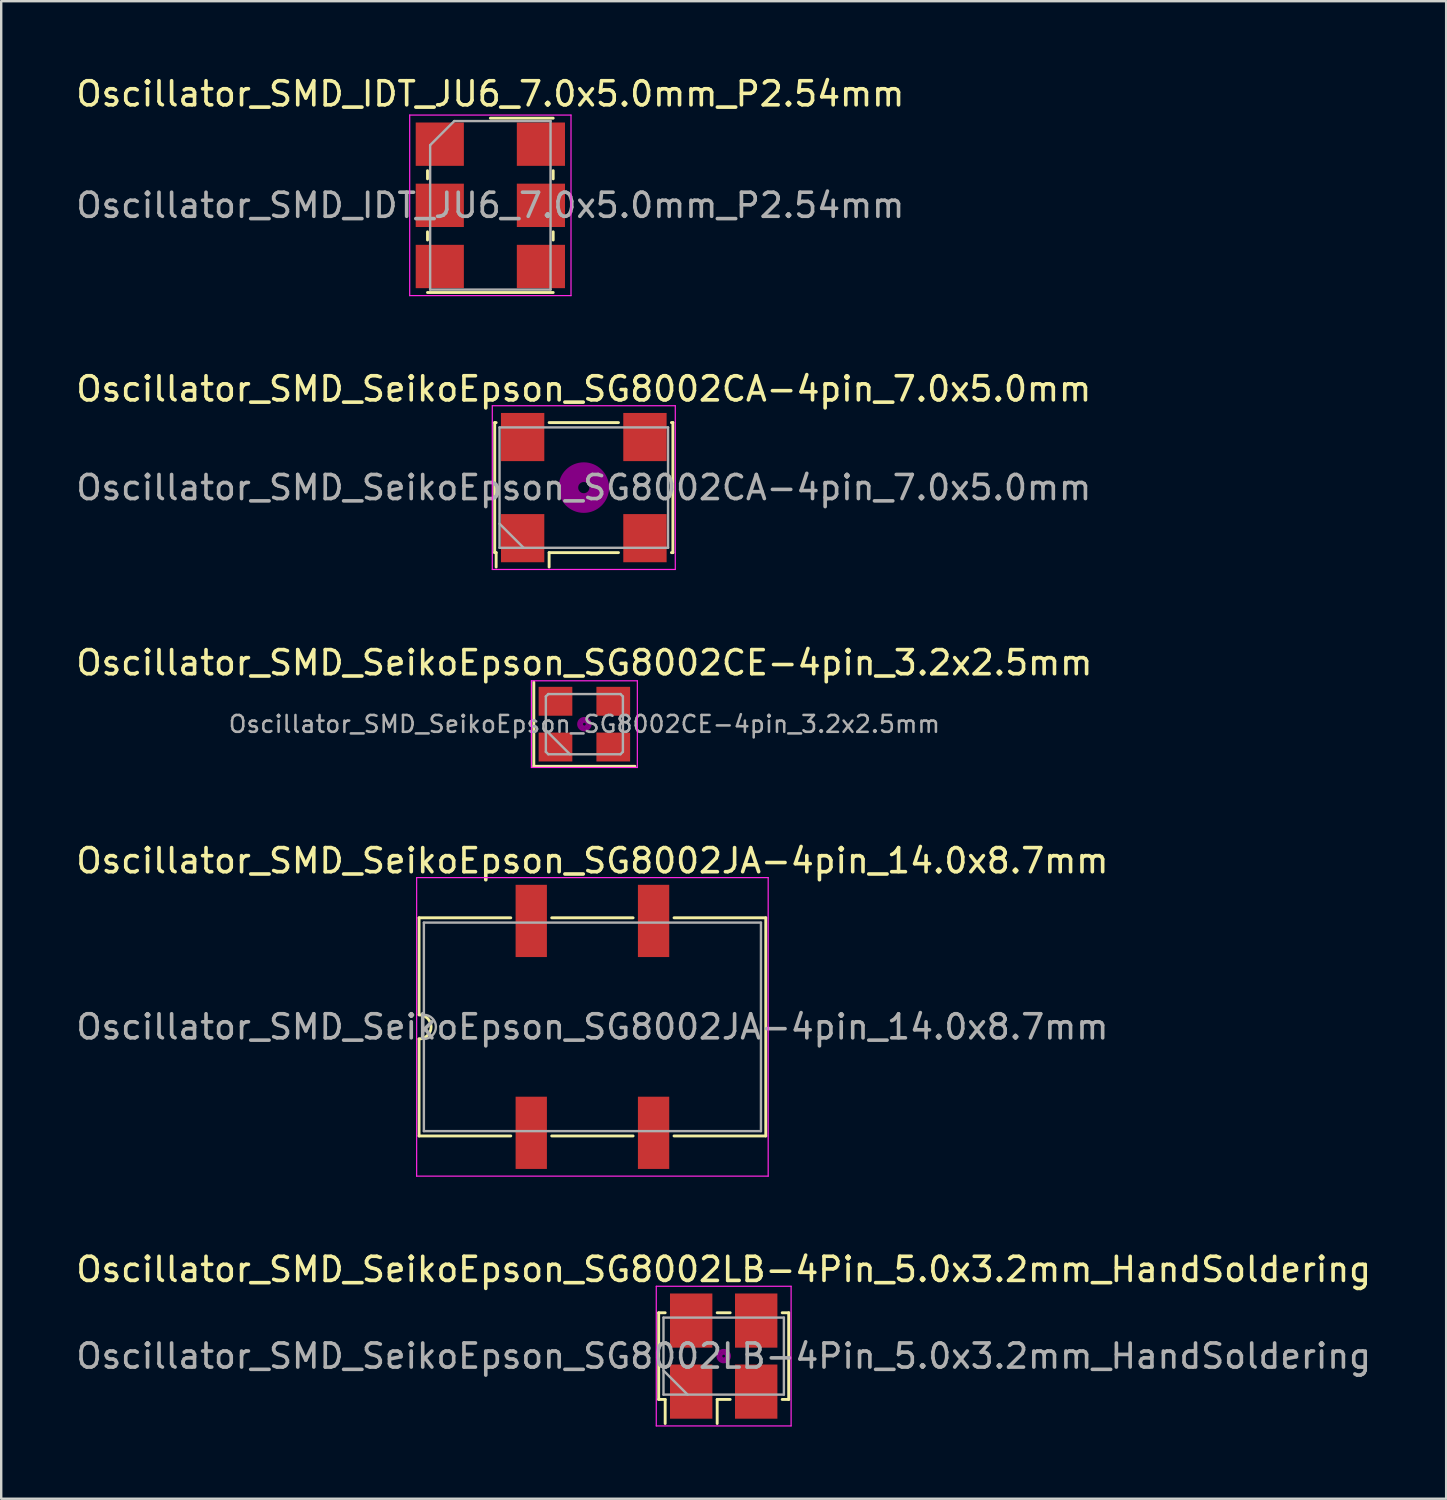
<source format=kicad_pcb>
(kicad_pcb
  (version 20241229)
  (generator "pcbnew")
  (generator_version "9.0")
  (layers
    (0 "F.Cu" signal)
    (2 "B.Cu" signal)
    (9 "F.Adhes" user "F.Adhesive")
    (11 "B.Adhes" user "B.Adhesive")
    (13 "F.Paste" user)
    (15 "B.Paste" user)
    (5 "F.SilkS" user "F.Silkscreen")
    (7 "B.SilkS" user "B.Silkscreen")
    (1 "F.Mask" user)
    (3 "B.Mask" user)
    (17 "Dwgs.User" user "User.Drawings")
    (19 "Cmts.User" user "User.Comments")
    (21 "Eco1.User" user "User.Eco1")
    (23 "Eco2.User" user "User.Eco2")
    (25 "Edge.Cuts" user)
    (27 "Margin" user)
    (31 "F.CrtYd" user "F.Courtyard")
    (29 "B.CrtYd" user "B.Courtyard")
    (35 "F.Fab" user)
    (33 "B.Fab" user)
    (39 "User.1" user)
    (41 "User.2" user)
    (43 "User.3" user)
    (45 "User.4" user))
  (footprint "Oscillator_SMD_SeikoEpson_SG8002CE-4pin_3.2x2.5mm"
    (layer "F.Cu")
    (at 21.22 27.025)
    (property "Reference" "Oscillator_SMD_SeikoEpson_SG8002CE-4pin_3.2x2.5mm" (at 0 -2.55 0) (layer "F.SilkS") (effects (font (size 1 1) (thickness 0.15))))
    (attr smd)
    (fp_line (start -2.1 -1.75) (end -2.1 1.75) (stroke (width 0.12) (type solid)) (layer "F.SilkS"))
    (fp_line (start -2.1 1.75) (end 2.1 1.75) (stroke (width 0.12) (type solid)) (layer "F.SilkS"))
    (fp_circle (center 0 0) (end 0.058 0) (stroke (width 0.117) (type solid)) (fill no) (layer "F.Adhes"))
    (fp_circle (center 0 0) (end 0.133 0) (stroke (width 0.083) (type solid)) (fill no) (layer "F.Adhes"))
    (fp_circle (center 0 0) (end 0.208 0) (stroke (width 0.083) (type solid)) (fill no) (layer "F.Adhes"))
    (fp_circle (center 0 0) (end 0.25 0) (stroke (width 0.1) (type solid)) (fill no) (layer "F.Adhes"))
    (fp_line (start -2.2 -1.8) (end -2.2 1.8) (stroke (width 0.05) (type solid)) (layer "F.CrtYd"))
    (fp_line (start -2.2 1.8) (end 2.2 1.8) (stroke (width 0.05) (type solid)) (layer "F.CrtYd"))
    (fp_line (start 2.2 -1.8) (end -2.2 -1.8) (stroke (width 0.05) (type solid)) (layer "F.CrtYd"))
    (fp_line (start 2.2 1.8) (end 2.2 -1.8) (stroke (width 0.05) (type solid)) (layer "F.CrtYd"))
    (fp_line (start -1.6 -1.15) (end -1.5 -1.25) (stroke (width 0.1) (type solid)) (layer "F.Fab"))
    (fp_line (start -1.6 0.25) (end -0.6 1.25) (stroke (width 0.1) (type solid)) (layer "F.Fab"))
    (fp_line (start -1.6 1.15) (end -1.6 -1.15) (stroke (width 0.1) (type solid)) (layer "F.Fab"))
    (fp_line (start -1.5 -1.25) (end 1.5 -1.25) (stroke (width 0.1) (type solid)) (layer "F.Fab"))
    (fp_line (start -1.5 1.25) (end -1.6 1.15) (stroke (width 0.1) (type solid)) (layer "F.Fab"))
    (fp_line (start 1.5 -1.25) (end 1.6 -1.15) (stroke (width 0.1) (type solid)) (layer "F.Fab"))
    (fp_line (start 1.5 1.25) (end -1.5 1.25) (stroke (width 0.1) (type solid)) (layer "F.Fab"))
    (fp_line (start 1.6 -1.15) (end 1.6 1.15) (stroke (width 0.1) (type solid)) (layer "F.Fab"))
    (fp_line (start 1.6 1.15) (end 1.5 1.25) (stroke (width 0.1) (type solid)) (layer "F.Fab"))
    (fp_text user "${REFERENCE}" (at 0 0 0) (layer "F.Fab") (effects (font (size 0.7 0.7) (thickness 0.105))))
    (pad "1" smd rect (at -1.2 0.95) (size 1.4 1.2) (layers "F.Cu" "F.Mask" "F.Paste"))
    (pad "2" smd rect (at 1.2 0.95) (size 1.4 1.2) (layers "F.Cu" "F.Mask" "F.Paste"))
    (pad "3" smd rect (at 1.2 -0.95) (size 1.4 1.2) (layers "F.Cu" "F.Mask" "F.Paste"))
    (pad "4" smd rect (at -1.2 -0.95) (size 1.4 1.2) (layers "F.Cu" "F.Mask" "F.Paste")))
  (footprint "Oscillator_SMD_SeikoEpson_SG8002LB-4Pin_5.0x3.2mm_HandSoldering"
    (layer "F.Cu")
    (at 27.006 53.271)
    (property "Reference" "Oscillator_SMD_SeikoEpson_SG8002LB-4Pin_5.0x3.2mm_HandSoldering" (at 0 -3.6 0) (layer "F.SilkS") (effects (font (size 1 1) (thickness 0.15))))
    (attr smd)
    (fp_line (start -2.7 -1.8) (end -2.43 -1.8) (stroke (width 0.12) (type solid)) (layer "F.SilkS"))
    (fp_line (start -2.7 1.8) (end -2.7 -1.8) (stroke (width 0.12) (type solid)) (layer "F.SilkS"))
    (fp_line (start -2.43 1.8) (end -2.7 1.8) (stroke (width 0.12) (type solid)) (layer "F.SilkS"))
    (fp_line (start -2.43 2.8) (end -2.43 1.8) (stroke (width 0.12) (type solid)) (layer "F.SilkS"))
    (fp_line (start -0.27 -1.8) (end 0.27 -1.8) (stroke (width 0.12) (type solid)) (layer "F.SilkS"))
    (fp_line (start -0.27 1.8) (end -0.27 2.8) (stroke (width 0.12) (type solid)) (layer "F.SilkS"))
    (fp_line (start 0.27 1.8) (end -0.27 1.8) (stroke (width 0.12) (type solid)) (layer "F.SilkS"))
    (fp_line (start 2.43 -1.8) (end 2.7 -1.8) (stroke (width 0.12) (type solid)) (layer "F.SilkS"))
    (fp_line (start 2.7 -1.8) (end 2.7 1.8) (stroke (width 0.12) (type solid)) (layer "F.SilkS"))
    (fp_line (start 2.7 1.8) (end 2.43 1.8) (stroke (width 0.12) (type solid)) (layer "F.SilkS"))
    (fp_circle (center 0 0) (end 0.058 0) (stroke (width 0.117) (type solid)) (fill no) (layer "F.Adhes"))
    (fp_circle (center 0 0) (end 0.133 0) (stroke (width 0.083) (type solid)) (fill no) (layer "F.Adhes"))
    (fp_circle (center 0 0) (end 0.208 0) (stroke (width 0.083) (type solid)) (fill no) (layer "F.Adhes"))
    (fp_circle (center 0 0) (end 0.25 0) (stroke (width 0.1) (type solid)) (fill no) (layer "F.Adhes"))
    (fp_line (start -2.8 -2.9) (end -2.8 2.9) (stroke (width 0.05) (type solid)) (layer "F.CrtYd"))
    (fp_line (start -2.8 2.9) (end 2.8 2.9) (stroke (width 0.05) (type solid)) (layer "F.CrtYd"))
    (fp_line (start 2.8 -2.9) (end -2.8 -2.9) (stroke (width 0.05) (type solid)) (layer "F.CrtYd"))
    (fp_line (start 2.8 2.9) (end 2.8 -2.9) (stroke (width 0.05) (type solid)) (layer "F.CrtYd"))
    (fp_line (start -2.5 -1.6) (end -2.5 1.6) (stroke (width 0.1) (type solid)) (layer "F.Fab"))
    (fp_line (start -2.5 0.6) (end -1.5 1.6) (stroke (width 0.1) (type solid)) (layer "F.Fab"))
    (fp_line (start -2.5 1.6) (end 2.5 1.6) (stroke (width 0.1) (type solid)) (layer "F.Fab"))
    (fp_line (start 2.5 -1.6) (end -2.5 -1.6) (stroke (width 0.1) (type solid)) (layer "F.Fab"))
    (fp_line (start 2.5 1.6) (end 2.5 -1.6) (stroke (width 0.1) (type solid)) (layer "F.Fab"))
    (fp_text user "${REFERENCE}" (at 0 0 0) (layer "F.Fab") (effects (font (size 1 1) (thickness 0.15))))
    (pad "1" smd rect (at -1.35 1.475) (size 1.76 2.25) (layers "F.Cu" "F.Mask" "F.Paste"))
    (pad "2" smd rect (at 1.35 1.475) (size 1.76 2.25) (layers "F.Cu" "F.Mask" "F.Paste"))
    (pad "3" smd rect (at 1.35 -1.475) (size 1.76 2.25) (layers "F.Cu" "F.Mask" "F.Paste"))
    (pad "4" smd rect (at -1.35 -1.475) (size 1.76 2.25) (layers "F.Cu" "F.Mask" "F.Paste")))
  (footprint "Oscillator_SMD_SeikoEpson_SG8002CA-4pin_7.0x5.0mm"
    (layer "F.Cu")
    (at 21.196 17.201)
    (property "Reference" "Oscillator_SMD_SeikoEpson_SG8002CA-4pin_7.0x5.0mm" (at 0 -4.1 0) (layer "F.SilkS") (effects (font (size 1 1) (thickness 0.15))))
    (attr smd)
    (fp_line (start -3.7 -2.7) (end -3.64 -2.7) (stroke (width 0.12) (type solid)) (layer "F.SilkS"))
    (fp_line (start -3.7 2.7) (end -3.7 -2.7) (stroke (width 0.12) (type solid)) (layer "F.SilkS"))
    (fp_line (start -3.64 2.7) (end -3.7 2.7) (stroke (width 0.12) (type solid)) (layer "F.SilkS"))
    (fp_line (start -3.64 3.3) (end -3.64 2.7) (stroke (width 0.12) (type solid)) (layer "F.SilkS"))
    (fp_line (start -1.44 -2.7) (end 1.44 -2.7) (stroke (width 0.12) (type solid)) (layer "F.SilkS"))
    (fp_line (start -1.44 2.7) (end -1.44 3.3) (stroke (width 0.12) (type solid)) (layer "F.SilkS"))
    (fp_line (start 1.44 2.7) (end -1.44 2.7) (stroke (width 0.12) (type solid)) (layer "F.SilkS"))
    (fp_line (start 3.64 -2.7) (end 3.7 -2.7) (stroke (width 0.12) (type solid)) (layer "F.SilkS"))
    (fp_line (start 3.7 -2.7) (end 3.7 2.7) (stroke (width 0.12) (type solid)) (layer "F.SilkS"))
    (fp_line (start 3.7 2.7) (end 3.64 2.7) (stroke (width 0.12) (type solid)) (layer "F.SilkS"))
    (fp_circle (center 0 0) (end 0.233 0) (stroke (width 0.467) (type solid)) (fill no) (layer "F.Adhes"))
    (fp_circle (center 0 0) (end 0.533 0) (stroke (width 0.333) (type solid)) (fill no) (layer "F.Adhes"))
    (fp_circle (center 0 0) (end 0.833 0) (stroke (width 0.333) (type solid)) (fill no) (layer "F.Adhes"))
    (fp_circle (center 0 0) (end 1 0) (stroke (width 0.1) (type solid)) (fill no) (layer "F.Adhes"))
    (fp_line (start -3.8 -3.4) (end -3.8 3.4) (stroke (width 0.05) (type solid)) (layer "F.CrtYd"))
    (fp_line (start -3.8 3.4) (end 3.8 3.4) (stroke (width 0.05) (type solid)) (layer "F.CrtYd"))
    (fp_line (start 3.8 -3.4) (end -3.8 -3.4) (stroke (width 0.05) (type solid)) (layer "F.CrtYd"))
    (fp_line (start 3.8 3.4) (end 3.8 -3.4) (stroke (width 0.05) (type solid)) (layer "F.CrtYd"))
    (fp_line (start -3.5 -2.5) (end -3.5 2.5) (stroke (width 0.1) (type solid)) (layer "F.Fab"))
    (fp_line (start -3.5 1.5) (end -2.5 2.5) (stroke (width 0.1) (type solid)) (layer "F.Fab"))
    (fp_line (start -3.5 2.5) (end 3.5 2.5) (stroke (width 0.1) (type solid)) (layer "F.Fab"))
    (fp_line (start 3.5 -2.5) (end -3.5 -2.5) (stroke (width 0.1) (type solid)) (layer "F.Fab"))
    (fp_line (start 3.5 2.5) (end 3.5 -2.5) (stroke (width 0.1) (type solid)) (layer "F.Fab"))
    (fp_text user "${REFERENCE}" (at 0 0 0) (layer "F.Fab") (effects (font (size 1 1) (thickness 0.15))))
    (pad "1" smd rect (at -2.54 2.1) (size 1.8 2) (layers "F.Cu" "F.Mask" "F.Paste"))
    (pad "2" smd rect (at 2.54 2.1) (size 1.8 2) (layers "F.Cu" "F.Mask" "F.Paste"))
    (pad "3" smd rect (at 2.54 -2.1) (size 1.8 2) (layers "F.Cu" "F.Mask" "F.Paste"))
    (pad "4" smd rect (at -2.54 -2.1) (size 1.8 2) (layers "F.Cu" "F.Mask" "F.Paste")))
  (footprint "Oscillator_SMD_SeikoEpson_SG8002JA-4pin_14.0x8.7mm"
    (layer "F.Cu")
    (at 21.554 39.598)
    (property "Reference" "Oscillator_SMD_SeikoEpson_SG8002JA-4pin_14.0x8.7mm" (at 0 -6.9 0) (layer "F.SilkS") (effects (font (size 1 1) (thickness 0.15))))
    (attr smd)
    (fp_line (start -7.2 -4.53) (end -3.39 -4.53) (stroke (width 0.12) (type solid)) (layer "F.SilkS"))
    (fp_line (start -7.2 -0.5) (end -7.2 -4.53) (stroke (width 0.12) (type solid)) (layer "F.SilkS"))
    (fp_line (start -7.2 4.53) (end -7.2 0.5) (stroke (width 0.12) (type solid)) (layer "F.SilkS"))
    (fp_line (start -7.2 4.53) (end -3.39 4.53) (stroke (width 0.12) (type solid)) (layer "F.SilkS"))
    (fp_line (start -1.69 -4.53) (end 1.69 -4.53) (stroke (width 0.12) (type solid)) (layer "F.SilkS"))
    (fp_line (start 1.69 4.53) (end -1.69 4.53) (stroke (width 0.12) (type solid)) (layer "F.SilkS"))
    (fp_line (start 3.39 -4.53) (end 7.2 -4.53) (stroke (width 0.12) (type solid)) (layer "F.SilkS"))
    (fp_line (start 7.2 -4.53) (end 7.2 4.53) (stroke (width 0.12) (type solid)) (layer "F.SilkS"))
    (fp_line (start 7.2 4.53) (end 3.39 4.53) (stroke (width 0.12) (type solid)) (layer "F.SilkS"))
    (fp_arc (start -7.2 -0.5) (mid -6.7 0) (end -7.2 0.5) (stroke (width 0.12) (type solid)) (layer "F.SilkS"))
    (fp_line (start -7.3 -6.2) (end -7.3 6.2) (stroke (width 0.05) (type solid)) (layer "F.CrtYd"))
    (fp_line (start -7.3 6.2) (end 7.3 6.2) (stroke (width 0.05) (type solid)) (layer "F.CrtYd"))
    (fp_line (start 7.3 -6.2) (end -7.3 -6.2) (stroke (width 0.05) (type solid)) (layer "F.CrtYd"))
    (fp_line (start 7.3 6.2) (end 7.3 -6.2) (stroke (width 0.05) (type solid)) (layer "F.CrtYd"))
    (fp_line (start -7 -4.33) (end 7 -4.33) (stroke (width 0.1) (type solid)) (layer "F.Fab"))
    (fp_line (start -7 -0.5) (end -7 -4.33) (stroke (width 0.1) (type solid)) (layer "F.Fab"))
    (fp_line (start -7 4.33) (end -7 0.5) (stroke (width 0.1) (type solid)) (layer "F.Fab"))
    (fp_line (start 7 -4.33) (end 7 4.33) (stroke (width 0.1) (type solid)) (layer "F.Fab"))
    (fp_line (start 7 4.33) (end -7 4.33) (stroke (width 0.1) (type solid)) (layer "F.Fab"))
    (fp_arc (start -7 -0.5) (mid -6.5 0) (end -7 0.5) (stroke (width 0.1) (type solid)) (layer "F.Fab"))
    (fp_text user "${REFERENCE}" (at 0 0 0) (layer "F.Fab") (effects (font (size 1 1) (thickness 0.15))))
    (pad "1" smd rect (at -2.54 4.4) (size 1.3 3) (layers "F.Cu" "F.Mask" "F.Paste"))
    (pad "2" smd rect (at 2.54 4.4) (size 1.3 3) (layers "F.Cu" "F.Mask" "F.Paste"))
    (pad "3" smd rect (at 2.54 -4.4) (size 1.3 3) (layers "F.Cu" "F.Mask" "F.Paste"))
    (pad "4" smd rect (at -2.54 -4.4) (size 1.3 3) (layers "F.Cu" "F.Mask" "F.Paste")))
  (footprint "Oscillator_SMD_IDT_JU6_7.0x5.0mm_P2.54mm"
    (layer "F.Cu")
    (at 17.315 5.478)
    (property "Reference" "Oscillator_SMD_IDT_JU6_7.0x5.0mm_P2.54mm" (at 0 -4.63 0) (layer "F.SilkS") (effects (font (size 1 1) (thickness 0.15))))
    (attr smd)
    (fp_line (start -2.61 -1.1) (end -2.61 -1.44) (stroke (width 0.12) (type solid)) (layer "F.SilkS"))
    (fp_line (start -2.61 1.44) (end -2.61 1.1) (stroke (width 0.12) (type solid)) (layer "F.SilkS"))
    (fp_line (start 0 -3.62) (end 2.61 -3.62) (stroke (width 0.12) (type solid)) (layer "F.SilkS"))
    (fp_line (start 2.61 -1.44) (end 2.61 -1.1) (stroke (width 0.12) (type solid)) (layer "F.SilkS"))
    (fp_line (start 2.61 1.1) (end 2.61 1.44) (stroke (width 0.12) (type solid)) (layer "F.SilkS"))
    (fp_line (start 2.61 3.62) (end -2.61 3.62) (stroke (width 0.12) (type solid)) (layer "F.SilkS"))
    (fp_line (start -3.35 -3.75) (end -3.35 3.75) (stroke (width 0.05) (type solid)) (layer "F.CrtYd"))
    (fp_line (start -3.35 3.75) (end 3.35 3.75) (stroke (width 0.05) (type solid)) (layer "F.CrtYd"))
    (fp_line (start 3.35 -3.75) (end -3.35 -3.75) (stroke (width 0.05) (type solid)) (layer "F.CrtYd"))
    (fp_line (start 3.35 3.75) (end 3.35 -3.75) (stroke (width 0.05) (type solid)) (layer "F.CrtYd"))
    (fp_line (start -2.5 -2.5) (end -2.5 3.5) (stroke (width 0.1) (type solid)) (layer "F.Fab"))
    (fp_line (start -2.5 3.5) (end 2.5 3.5) (stroke (width 0.1) (type solid)) (layer "F.Fab"))
    (fp_line (start -1.5 -3.5) (end -2.5 -2.5) (stroke (width 0.1) (type solid)) (layer "F.Fab"))
    (fp_line (start 2.5 -3.5) (end -1.5 -3.5) (stroke (width 0.1) (type solid)) (layer "F.Fab"))
    (fp_line (start 2.5 3.5) (end 2.5 -3.5) (stroke (width 0.1) (type solid)) (layer "F.Fab"))
    (fp_text user "${REFERENCE}" (at 0 0 0) (layer "F.Fab") (effects (font (size 1 1) (thickness 0.15))))
    (pad "1" smd rect (at -2.1 -2.54 270) (size 1.8 2) (layers "F.Cu" "F.Mask" "F.Paste"))
    (pad "2" smd rect (at -2.1 0 270) (size 1.8 2) (layers "F.Cu" "F.Mask" "F.Paste"))
    (pad "3" smd rect (at -2.1 2.54 270) (size 1.8 2) (layers "F.Cu" "F.Mask" "F.Paste"))
    (pad "4" smd rect (at 2.1 2.54 270) (size 1.8 2) (layers "F.Cu" "F.Mask" "F.Paste"))
    (pad "5" smd rect (at 2.1 0 270) (size 1.8 2) (layers "F.Cu" "F.Mask" "F.Paste"))
    (pad "6" smd rect (at 2.1 -2.54 270) (size 1.8 2) (layers "F.Cu" "F.Mask" "F.Paste")))
  (gr_rect
    (start -3 -3)
    (end 57.012 59.196)
    (stroke (width 0.1) (type default))
    (fill no)
    (layer "Edge.Cuts")))
</source>
